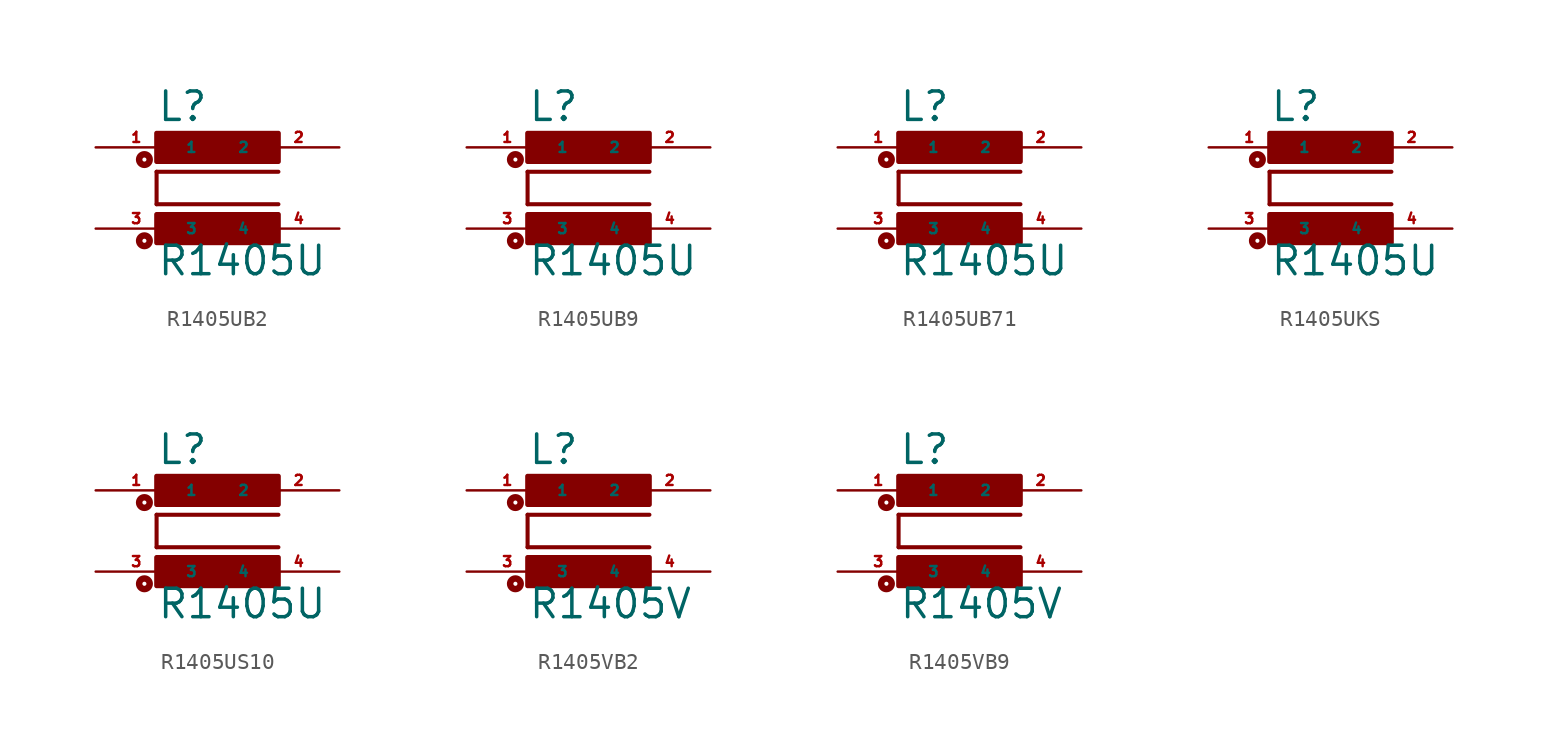
<source format=kicad_sym>
(kicad_symbol_lib
  (version 20220914)
  (generator Eagle2Kicad)
  (symbol "R1405UB2"
    (property "Reference" "L"
      (at -3.81 4.064 0)
      (effects (font (size 1.778 1.778) (thickness 0.22)) (justify left bottom)))
    (property "Value" "R1405U"
      (at -3.81 -5.588 0)
      (effects (font (size 1.778 1.778) (thickness 0.22)) (justify left bottom)))
    (polyline
      (pts (xy 3.81 1.016) (xy -3.81 1.016))
      (stroke (width 0.254) (type default))
      (fill (type none)))
    (polyline
      (pts (xy -3.81 -1.016) (xy -3.81 1.016))
      (stroke (width 0.254) (type default))
      (fill (type none)))
    (polyline
      (pts (xy -3.81 -1.016) (xy 3.81 -1.016))
      (stroke (width 0.254) (type default))
      (fill (type none)))
    (circle
      (center -4.572 -3.302)
      (radius 0.127)
      (stroke (width 0.406) (type default))
      (fill (type none)))
    (circle
      (center -4.572 1.778)
      (radius 0.127)
      (stroke (width 0.406) (type default))
      (fill (type none)))
    (rectangle
      (start -3.81 1.651)
      (end 3.81 3.429)
      (stroke (width 0.3) (type default))
      (fill (type outline)))
    (rectangle
      (start -3.81 -3.429)
      (end 3.81 -1.651)
      (stroke (width 0.3) (type default))
      (fill (type outline)))
    (pin passive line
      (at 7.62 2.54 180)
      (length 5.08)
      (name "2" (effects (font (size 0.635 0.635) (thickness 0.08)) (justify left bottom)))
      (number "2" (effects (font (size 0.635 0.635) (thickness 0.08)) (justify left bottom))))
    (pin passive line
      (at -7.62 2.54 0)
      (length 5.08)
      (name "1" (effects (font (size 0.635 0.635) (thickness 0.08)) (justify left bottom)))
      (number "1" (effects (font (size 0.635 0.635) (thickness 0.08)) (justify left bottom))))
    (pin passive line
      (at -7.62 -2.54 0)
      (length 5.08)
      (name "3" (effects (font (size 0.635 0.635) (thickness 0.08)) (justify left bottom)))
      (number "3" (effects (font (size 0.635 0.635) (thickness 0.08)) (justify left bottom))))
    (pin passive line
      (at 7.62 -2.54 180)
      (length 5.08)
      (name "4" (effects (font (size 0.635 0.635) (thickness 0.08)) (justify left bottom)))
      (number "4" (effects (font (size 0.635 0.635) (thickness 0.08)) (justify left bottom)))))
  (symbol "R1405UB9"
    (property "Reference" "L"
      (at -3.81 4.064 0)
      (effects (font (size 1.778 1.778) (thickness 0.22)) (justify left bottom)))
    (property "Value" "R1405U"
      (at -3.81 -5.588 0)
      (effects (font (size 1.778 1.778) (thickness 0.22)) (justify left bottom)))
    (polyline
      (pts (xy 3.81 1.016) (xy -3.81 1.016))
      (stroke (width 0.254) (type default))
      (fill (type none)))
    (polyline
      (pts (xy -3.81 -1.016) (xy -3.81 1.016))
      (stroke (width 0.254) (type default))
      (fill (type none)))
    (polyline
      (pts (xy -3.81 -1.016) (xy 3.81 -1.016))
      (stroke (width 0.254) (type default))
      (fill (type none)))
    (circle
      (center -4.572 -3.302)
      (radius 0.127)
      (stroke (width 0.406) (type default))
      (fill (type none)))
    (circle
      (center -4.572 1.778)
      (radius 0.127)
      (stroke (width 0.406) (type default))
      (fill (type none)))
    (rectangle
      (start -3.81 1.651)
      (end 3.81 3.429)
      (stroke (width 0.3) (type default))
      (fill (type outline)))
    (rectangle
      (start -3.81 -3.429)
      (end 3.81 -1.651)
      (stroke (width 0.3) (type default))
      (fill (type outline)))
    (pin passive line
      (at 7.62 2.54 180)
      (length 5.08)
      (name "2" (effects (font (size 0.635 0.635) (thickness 0.08)) (justify left bottom)))
      (number "2" (effects (font (size 0.635 0.635) (thickness 0.08)) (justify left bottom))))
    (pin passive line
      (at -7.62 2.54 0)
      (length 5.08)
      (name "1" (effects (font (size 0.635 0.635) (thickness 0.08)) (justify left bottom)))
      (number "1" (effects (font (size 0.635 0.635) (thickness 0.08)) (justify left bottom))))
    (pin passive line
      (at -7.62 -2.54 0)
      (length 5.08)
      (name "3" (effects (font (size 0.635 0.635) (thickness 0.08)) (justify left bottom)))
      (number "3" (effects (font (size 0.635 0.635) (thickness 0.08)) (justify left bottom))))
    (pin passive line
      (at 7.62 -2.54 180)
      (length 5.08)
      (name "4" (effects (font (size 0.635 0.635) (thickness 0.08)) (justify left bottom)))
      (number "4" (effects (font (size 0.635 0.635) (thickness 0.08)) (justify left bottom)))))
  (symbol "R1405UB71"
    (property "Reference" "L"
      (at -3.81 4.064 0)
      (effects (font (size 1.778 1.778) (thickness 0.22)) (justify left bottom)))
    (property "Value" "R1405U"
      (at -3.81 -5.588 0)
      (effects (font (size 1.778 1.778) (thickness 0.22)) (justify left bottom)))
    (polyline
      (pts (xy 3.81 1.016) (xy -3.81 1.016))
      (stroke (width 0.254) (type default))
      (fill (type none)))
    (polyline
      (pts (xy -3.81 -1.016) (xy -3.81 1.016))
      (stroke (width 0.254) (type default))
      (fill (type none)))
    (polyline
      (pts (xy -3.81 -1.016) (xy 3.81 -1.016))
      (stroke (width 0.254) (type default))
      (fill (type none)))
    (circle
      (center -4.572 -3.302)
      (radius 0.127)
      (stroke (width 0.406) (type default))
      (fill (type none)))
    (circle
      (center -4.572 1.778)
      (radius 0.127)
      (stroke (width 0.406) (type default))
      (fill (type none)))
    (rectangle
      (start -3.81 1.651)
      (end 3.81 3.429)
      (stroke (width 0.3) (type default))
      (fill (type outline)))
    (rectangle
      (start -3.81 -3.429)
      (end 3.81 -1.651)
      (stroke (width 0.3) (type default))
      (fill (type outline)))
    (pin passive line
      (at 7.62 2.54 180)
      (length 5.08)
      (name "2" (effects (font (size 0.635 0.635) (thickness 0.08)) (justify left bottom)))
      (number "2" (effects (font (size 0.635 0.635) (thickness 0.08)) (justify left bottom))))
    (pin passive line
      (at -7.62 2.54 0)
      (length 5.08)
      (name "1" (effects (font (size 0.635 0.635) (thickness 0.08)) (justify left bottom)))
      (number "1" (effects (font (size 0.635 0.635) (thickness 0.08)) (justify left bottom))))
    (pin passive line
      (at -7.62 -2.54 0)
      (length 5.08)
      (name "3" (effects (font (size 0.635 0.635) (thickness 0.08)) (justify left bottom)))
      (number "3" (effects (font (size 0.635 0.635) (thickness 0.08)) (justify left bottom))))
    (pin passive line
      (at 7.62 -2.54 180)
      (length 5.08)
      (name "4" (effects (font (size 0.635 0.635) (thickness 0.08)) (justify left bottom)))
      (number "4" (effects (font (size 0.635 0.635) (thickness 0.08)) (justify left bottom)))))
  (symbol "R1405UKS"
    (property "Reference" "L"
      (at -3.81 4.064 0)
      (effects (font (size 1.778 1.778) (thickness 0.22)) (justify left bottom)))
    (property "Value" "R1405U"
      (at -3.81 -5.588 0)
      (effects (font (size 1.778 1.778) (thickness 0.22)) (justify left bottom)))
    (polyline
      (pts (xy 3.81 1.016) (xy -3.81 1.016))
      (stroke (width 0.254) (type default))
      (fill (type none)))
    (polyline
      (pts (xy -3.81 -1.016) (xy -3.81 1.016))
      (stroke (width 0.254) (type default))
      (fill (type none)))
    (polyline
      (pts (xy -3.81 -1.016) (xy 3.81 -1.016))
      (stroke (width 0.254) (type default))
      (fill (type none)))
    (circle
      (center -4.572 -3.302)
      (radius 0.127)
      (stroke (width 0.406) (type default))
      (fill (type none)))
    (circle
      (center -4.572 1.778)
      (radius 0.127)
      (stroke (width 0.406) (type default))
      (fill (type none)))
    (rectangle
      (start -3.81 1.651)
      (end 3.81 3.429)
      (stroke (width 0.3) (type default))
      (fill (type outline)))
    (rectangle
      (start -3.81 -3.429)
      (end 3.81 -1.651)
      (stroke (width 0.3) (type default))
      (fill (type outline)))
    (pin passive line
      (at 7.62 2.54 180)
      (length 5.08)
      (name "2" (effects (font (size 0.635 0.635) (thickness 0.08)) (justify left bottom)))
      (number "2" (effects (font (size 0.635 0.635) (thickness 0.08)) (justify left bottom))))
    (pin passive line
      (at -7.62 2.54 0)
      (length 5.08)
      (name "1" (effects (font (size 0.635 0.635) (thickness 0.08)) (justify left bottom)))
      (number "1" (effects (font (size 0.635 0.635) (thickness 0.08)) (justify left bottom))))
    (pin passive line
      (at -7.62 -2.54 0)
      (length 5.08)
      (name "3" (effects (font (size 0.635 0.635) (thickness 0.08)) (justify left bottom)))
      (number "3" (effects (font (size 0.635 0.635) (thickness 0.08)) (justify left bottom))))
    (pin passive line
      (at 7.62 -2.54 180)
      (length 5.08)
      (name "4" (effects (font (size 0.635 0.635) (thickness 0.08)) (justify left bottom)))
      (number "4" (effects (font (size 0.635 0.635) (thickness 0.08)) (justify left bottom)))))
  (symbol "R1405US10"
    (property "Reference" "L"
      (at -3.81 4.064 0)
      (effects (font (size 1.778 1.778) (thickness 0.22)) (justify left bottom)))
    (property "Value" "R1405U"
      (at -3.81 -5.588 0)
      (effects (font (size 1.778 1.778) (thickness 0.22)) (justify left bottom)))
    (polyline
      (pts (xy 3.81 1.016) (xy -3.81 1.016))
      (stroke (width 0.254) (type default))
      (fill (type none)))
    (polyline
      (pts (xy -3.81 -1.016) (xy -3.81 1.016))
      (stroke (width 0.254) (type default))
      (fill (type none)))
    (polyline
      (pts (xy -3.81 -1.016) (xy 3.81 -1.016))
      (stroke (width 0.254) (type default))
      (fill (type none)))
    (circle
      (center -4.572 -3.302)
      (radius 0.127)
      (stroke (width 0.406) (type default))
      (fill (type none)))
    (circle
      (center -4.572 1.778)
      (radius 0.127)
      (stroke (width 0.406) (type default))
      (fill (type none)))
    (rectangle
      (start -3.81 1.651)
      (end 3.81 3.429)
      (stroke (width 0.3) (type default))
      (fill (type outline)))
    (rectangle
      (start -3.81 -3.429)
      (end 3.81 -1.651)
      (stroke (width 0.3) (type default))
      (fill (type outline)))
    (pin passive line
      (at 7.62 2.54 180)
      (length 5.08)
      (name "2" (effects (font (size 0.635 0.635) (thickness 0.08)) (justify left bottom)))
      (number "2" (effects (font (size 0.635 0.635) (thickness 0.08)) (justify left bottom))))
    (pin passive line
      (at -7.62 2.54 0)
      (length 5.08)
      (name "1" (effects (font (size 0.635 0.635) (thickness 0.08)) (justify left bottom)))
      (number "1" (effects (font (size 0.635 0.635) (thickness 0.08)) (justify left bottom))))
    (pin passive line
      (at -7.62 -2.54 0)
      (length 5.08)
      (name "3" (effects (font (size 0.635 0.635) (thickness 0.08)) (justify left bottom)))
      (number "3" (effects (font (size 0.635 0.635) (thickness 0.08)) (justify left bottom))))
    (pin passive line
      (at 7.62 -2.54 180)
      (length 5.08)
      (name "4" (effects (font (size 0.635 0.635) (thickness 0.08)) (justify left bottom)))
      (number "4" (effects (font (size 0.635 0.635) (thickness 0.08)) (justify left bottom)))))
  (symbol "R1405VB2"
    (property "Reference" "L"
      (at -3.81 4.064 0)
      (effects (font (size 1.778 1.778) (thickness 0.22)) (justify left bottom)))
    (property "Value" "R1405V"
      (at -3.81 -5.588 0)
      (effects (font (size 1.778 1.778) (thickness 0.22)) (justify left bottom)))
    (polyline
      (pts (xy 3.81 1.016) (xy -3.81 1.016))
      (stroke (width 0.254) (type default))
      (fill (type none)))
    (polyline
      (pts (xy -3.81 -1.016) (xy -3.81 1.016))
      (stroke (width 0.254) (type default))
      (fill (type none)))
    (polyline
      (pts (xy -3.81 -1.016) (xy 3.81 -1.016))
      (stroke (width 0.254) (type default))
      (fill (type none)))
    (circle
      (center -4.572 -3.302)
      (radius 0.127)
      (stroke (width 0.406) (type default))
      (fill (type none)))
    (circle
      (center -4.572 1.778)
      (radius 0.127)
      (stroke (width 0.406) (type default))
      (fill (type none)))
    (rectangle
      (start -3.81 1.651)
      (end 3.81 3.429)
      (stroke (width 0.3) (type default))
      (fill (type outline)))
    (rectangle
      (start -3.81 -3.429)
      (end 3.81 -1.651)
      (stroke (width 0.3) (type default))
      (fill (type outline)))
    (pin passive line
      (at 7.62 2.54 180)
      (length 5.08)
      (name "2" (effects (font (size 0.635 0.635) (thickness 0.08)) (justify left bottom)))
      (number "2" (effects (font (size 0.635 0.635) (thickness 0.08)) (justify left bottom))))
    (pin passive line
      (at -7.62 2.54 0)
      (length 5.08)
      (name "1" (effects (font (size 0.635 0.635) (thickness 0.08)) (justify left bottom)))
      (number "1" (effects (font (size 0.635 0.635) (thickness 0.08)) (justify left bottom))))
    (pin passive line
      (at -7.62 -2.54 0)
      (length 5.08)
      (name "3" (effects (font (size 0.635 0.635) (thickness 0.08)) (justify left bottom)))
      (number "3" (effects (font (size 0.635 0.635) (thickness 0.08)) (justify left bottom))))
    (pin passive line
      (at 7.62 -2.54 180)
      (length 5.08)
      (name "4" (effects (font (size 0.635 0.635) (thickness 0.08)) (justify left bottom)))
      (number "4" (effects (font (size 0.635 0.635) (thickness 0.08)) (justify left bottom)))))
  (symbol "R1405VB9"
    (property "Reference" "L"
      (at -3.81 4.064 0)
      (effects (font (size 1.778 1.778) (thickness 0.22)) (justify left bottom)))
    (property "Value" "R1405V"
      (at -3.81 -5.588 0)
      (effects (font (size 1.778 1.778) (thickness 0.22)) (justify left bottom)))
    (polyline
      (pts (xy 3.81 1.016) (xy -3.81 1.016))
      (stroke (width 0.254) (type default))
      (fill (type none)))
    (polyline
      (pts (xy -3.81 -1.016) (xy -3.81 1.016))
      (stroke (width 0.254) (type default))
      (fill (type none)))
    (polyline
      (pts (xy -3.81 -1.016) (xy 3.81 -1.016))
      (stroke (width 0.254) (type default))
      (fill (type none)))
    (circle
      (center -4.572 -3.302)
      (radius 0.127)
      (stroke (width 0.406) (type default))
      (fill (type none)))
    (circle
      (center -4.572 1.778)
      (radius 0.127)
      (stroke (width 0.406) (type default))
      (fill (type none)))
    (rectangle
      (start -3.81 1.651)
      (end 3.81 3.429)
      (stroke (width 0.3) (type default))
      (fill (type outline)))
    (rectangle
      (start -3.81 -3.429)
      (end 3.81 -1.651)
      (stroke (width 0.3) (type default))
      (fill (type outline)))
    (pin passive line
      (at 7.62 2.54 180)
      (length 5.08)
      (name "2" (effects (font (size 0.635 0.635) (thickness 0.08)) (justify left bottom)))
      (number "2" (effects (font (size 0.635 0.635) (thickness 0.08)) (justify left bottom))))
    (pin passive line
      (at -7.62 2.54 0)
      (length 5.08)
      (name "1" (effects (font (size 0.635 0.635) (thickness 0.08)) (justify left bottom)))
      (number "1" (effects (font (size 0.635 0.635) (thickness 0.08)) (justify left bottom))))
    (pin passive line
      (at -7.62 -2.54 0)
      (length 5.08)
      (name "3" (effects (font (size 0.635 0.635) (thickness 0.08)) (justify left bottom)))
      (number "3" (effects (font (size 0.635 0.635) (thickness 0.08)) (justify left bottom))))
    (pin passive line
      (at 7.62 -2.54 180)
      (length 5.08)
      (name "4" (effects (font (size 0.635 0.635) (thickness 0.08)) (justify left bottom)))
      (number "4" (effects (font (size 0.635 0.635) (thickness 0.08)) (justify left bottom))))))
</source>
